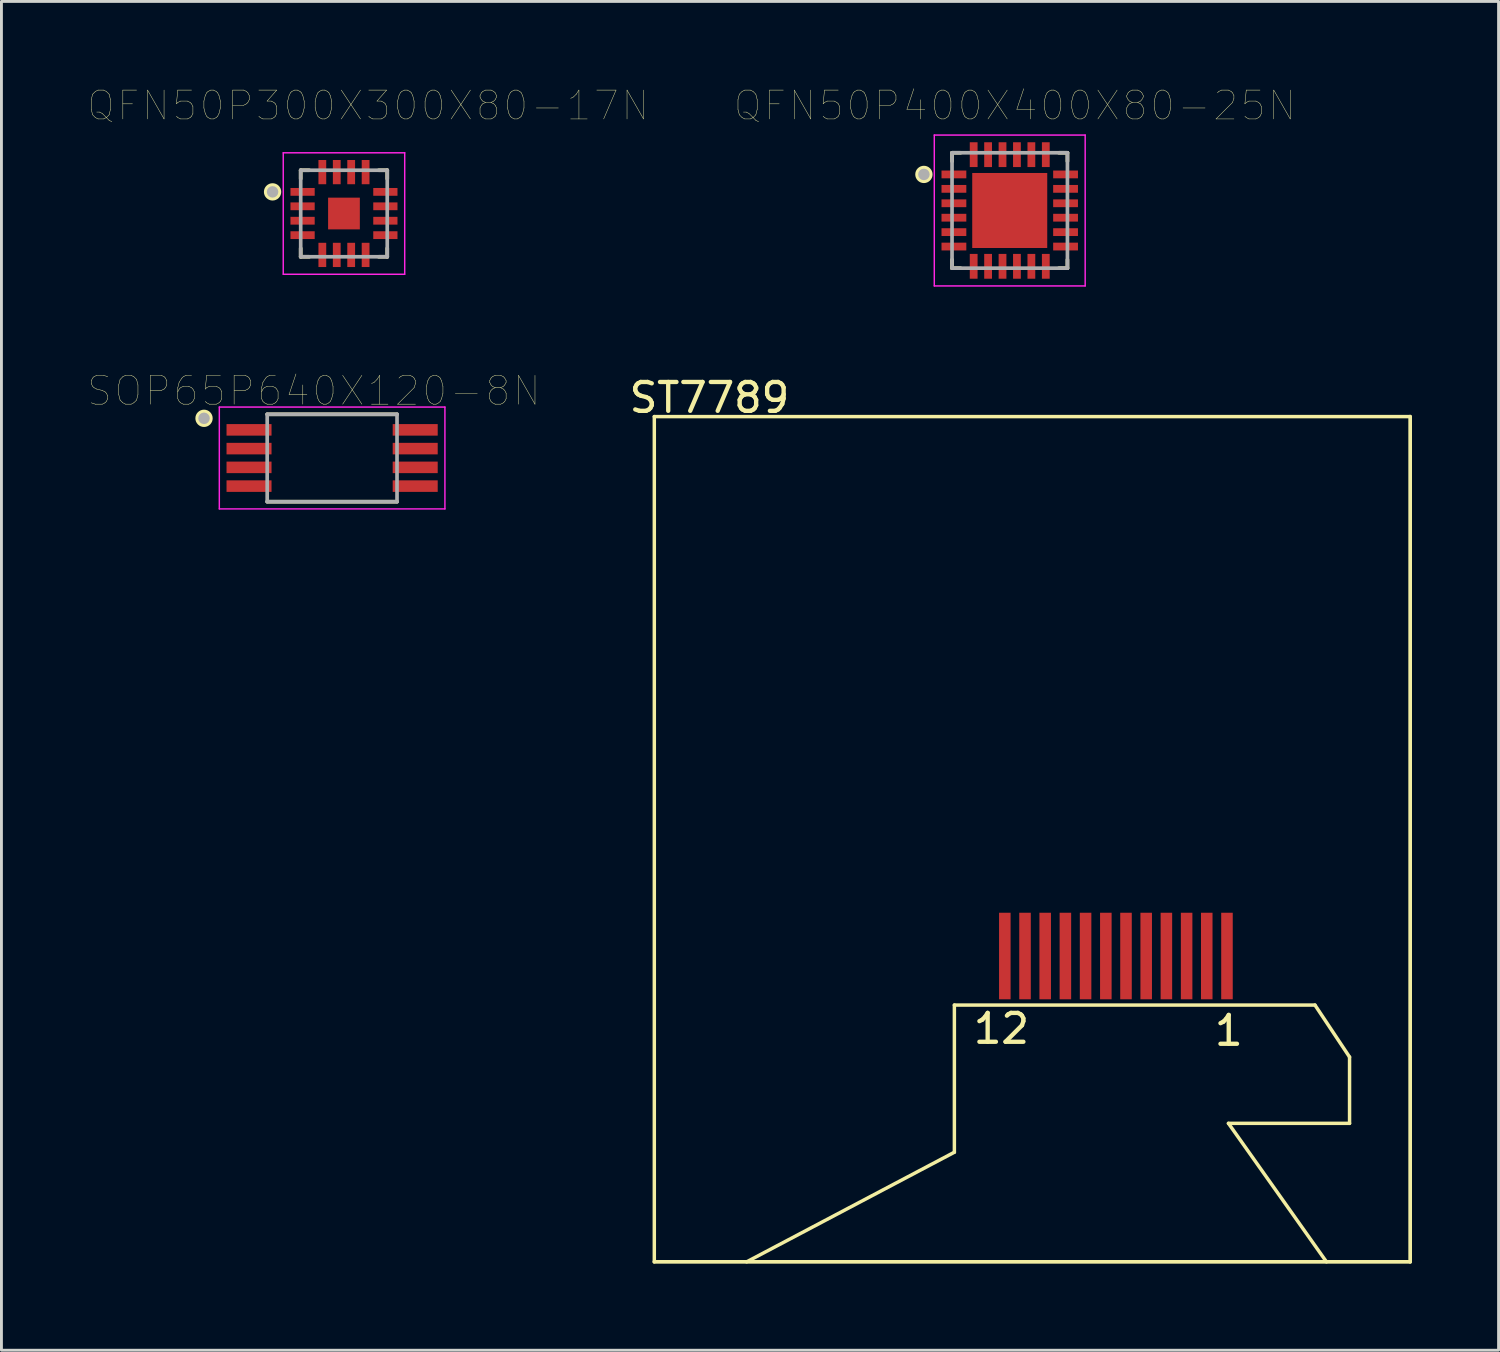
<source format=kicad_pcb>
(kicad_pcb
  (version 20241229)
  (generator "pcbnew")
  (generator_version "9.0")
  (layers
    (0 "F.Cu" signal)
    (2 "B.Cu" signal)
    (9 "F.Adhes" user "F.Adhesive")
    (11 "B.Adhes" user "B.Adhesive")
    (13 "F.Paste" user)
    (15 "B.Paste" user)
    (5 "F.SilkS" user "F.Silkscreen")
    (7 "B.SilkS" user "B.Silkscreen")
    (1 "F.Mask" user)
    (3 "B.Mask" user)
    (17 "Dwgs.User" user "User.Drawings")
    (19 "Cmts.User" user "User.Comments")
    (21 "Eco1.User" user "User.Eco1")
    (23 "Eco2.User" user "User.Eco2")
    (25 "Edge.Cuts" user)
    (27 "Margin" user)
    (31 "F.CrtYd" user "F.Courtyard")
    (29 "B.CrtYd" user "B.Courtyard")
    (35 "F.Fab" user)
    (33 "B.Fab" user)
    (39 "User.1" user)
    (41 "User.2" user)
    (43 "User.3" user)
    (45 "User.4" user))
  (footprint "SOP65P640X120-8N"
    (layer "F.Cu")
    (at 8.462 12.825)
    (property "Reference" "SOP65P640X120-8N" (at -0.635 -2.327 0) (layer "F.SilkS") (effects (font (size 1 1) (thickness 0.015))))
    (attr through_hole)
    (fp_line (start -2.25 -1.515) (end 2.25 -1.515) (stroke (width 0.127) (type solid)) (layer "F.SilkS"))
    (fp_line (start -2.25 1.515) (end 2.25 1.515) (stroke (width 0.127) (type solid)) (layer "F.SilkS"))
    (fp_circle (center -4.44 -1.375) (end -4.24 -1.375) (stroke (width 0.2) (type solid)) (fill no) (layer "F.SilkS"))
    (fp_line (start -3.91 -1.765) (end -3.91 1.765) (stroke (width 0.05) (type solid)) (layer "F.CrtYd"))
    (fp_line (start -3.91 -1.765) (end 3.91 -1.765) (stroke (width 0.05) (type solid)) (layer "F.CrtYd"))
    (fp_line (start -3.91 1.765) (end 3.91 1.765) (stroke (width 0.05) (type solid)) (layer "F.CrtYd"))
    (fp_line (start 3.91 -1.765) (end 3.91 1.765) (stroke (width 0.05) (type solid)) (layer "F.CrtYd"))
    (fp_line (start -2.25 -1.515) (end -2.25 1.515) (stroke (width 0.127) (type solid)) (layer "F.Fab"))
    (fp_line (start -2.25 -1.515) (end 2.25 -1.515) (stroke (width 0.127) (type solid)) (layer "F.Fab"))
    (fp_line (start -2.25 1.515) (end 2.25 1.515) (stroke (width 0.127) (type solid)) (layer "F.Fab"))
    (fp_line (start 2.25 -1.515) (end 2.25 1.515) (stroke (width 0.127) (type solid)) (layer "F.Fab"))
    (fp_circle (center -4.44 -1.375) (end -4.34 -1.375) (stroke (width 0.2) (type solid)) (fill no) (layer "F.Fab"))
    (pad "1" smd rect (at -2.88 -0.975) (size 1.56 0.4) (layers "F.Cu" "F.Mask" "F.Paste"))
    (pad "2" smd rect (at -2.88 -0.325) (size 1.56 0.4) (layers "F.Cu" "F.Mask" "F.Paste"))
    (pad "3" smd rect (at -2.88 0.325) (size 1.56 0.4) (layers "F.Cu" "F.Mask" "F.Paste"))
    (pad "4" smd rect (at -2.88 0.975) (size 1.56 0.4) (layers "F.Cu" "F.Mask" "F.Paste"))
    (pad "5" smd rect (at 2.88 0.975) (size 1.56 0.4) (layers "F.Cu" "F.Mask" "F.Paste"))
    (pad "6" smd rect (at 2.88 0.325) (size 1.56 0.4) (layers "F.Cu" "F.Mask" "F.Paste"))
    (pad "7" smd rect (at 2.88 -0.325) (size 1.56 0.4) (layers "F.Cu" "F.Mask" "F.Paste"))
    (pad "8" smd rect (at 2.88 -0.975) (size 1.56 0.4) (layers "F.Cu" "F.Mask" "F.Paste")))
  (footprint "QFN50P300X300X80-17N"
    (layer "F.Cu")
    (at 8.873 4.351)
    (property "Reference" "QFN50P300X300X80-17N" (at 0.835 -3.74 0) (layer "F.SilkS") (effects (font (size 1 1) (thickness 0.015))))
    (attr through_hole)
    (fp_line (start -1.5 -1.5) (end -1.5 -1.205) (stroke (width 0.127) (type solid)) (layer "F.SilkS"))
    (fp_line (start -1.5 -1.5) (end -1.205 -1.5) (stroke (width 0.127) (type solid)) (layer "F.SilkS"))
    (fp_line (start -1.5 1.5) (end -1.5 1.205) (stroke (width 0.127) (type solid)) (layer "F.SilkS"))
    (fp_line (start -1.5 1.5) (end -1.205 1.5) (stroke (width 0.127) (type solid)) (layer "F.SilkS"))
    (fp_line (start 1.5 -1.5) (end 1.205 -1.5) (stroke (width 0.127) (type solid)) (layer "F.SilkS"))
    (fp_line (start 1.5 -1.5) (end 1.5 -1.205) (stroke (width 0.127) (type solid)) (layer "F.SilkS"))
    (fp_line (start 1.5 1.5) (end 1.205 1.5) (stroke (width 0.127) (type solid)) (layer "F.SilkS"))
    (fp_line (start 1.5 1.5) (end 1.5 1.205) (stroke (width 0.127) (type solid)) (layer "F.SilkS"))
    (fp_circle (center -2.475 -0.75) (end -2.275 -0.75) (stroke (width 0.2) (type solid)) (fill no) (layer "F.SilkS"))
    (fp_poly (pts (xy -0.35 -0.35) (xy 0.35 -0.35) (xy 0.35 0.35) (xy -0.35 0.35)) (stroke (width 0.01) (type solid)) (fill yes) (layer "F.Paste"))
    (fp_line (start -2.105 -2.105) (end 2.105 -2.105) (stroke (width 0.05) (type solid)) (layer "F.CrtYd"))
    (fp_line (start -2.105 2.105) (end -2.105 -2.105) (stroke (width 0.05) (type solid)) (layer "F.CrtYd"))
    (fp_line (start -2.105 2.105) (end 2.105 2.105) (stroke (width 0.05) (type solid)) (layer "F.CrtYd"))
    (fp_line (start 2.105 2.105) (end 2.105 -2.105) (stroke (width 0.05) (type solid)) (layer "F.CrtYd"))
    (fp_line (start -1.5 1.5) (end -1.5 -1.5) (stroke (width 0.127) (type solid)) (layer "F.Fab"))
    (fp_line (start 1.5 -1.5) (end -1.5 -1.5) (stroke (width 0.127) (type solid)) (layer "F.Fab"))
    (fp_line (start 1.5 1.5) (end -1.5 1.5) (stroke (width 0.127) (type solid)) (layer "F.Fab"))
    (fp_line (start 1.5 1.5) (end 1.5 -1.5) (stroke (width 0.127) (type solid)) (layer "F.Fab"))
    (fp_circle (center -2.475 -0.75) (end -2.375 -0.75) (stroke (width 0.2) (type solid)) (fill no) (layer "F.Fab"))
    (pad "1" smd rect (at -1.435 -0.75) (size 0.84 0.27) (layers "F.Cu" "F.Mask" "F.Paste"))
    (pad "2" smd rect (at -1.435 -0.25) (size 0.84 0.27) (layers "F.Cu" "F.Mask" "F.Paste"))
    (pad "3" smd rect (at -1.435 0.25) (size 0.84 0.27) (layers "F.Cu" "F.Mask" "F.Paste"))
    (pad "4" smd rect (at -1.435 0.75) (size 0.84 0.27) (layers "F.Cu" "F.Mask" "F.Paste"))
    (pad "5" smd rect (at -0.75 1.435) (size 0.27 0.84) (layers "F.Cu" "F.Mask" "F.Paste"))
    (pad "6" smd rect (at -0.25 1.435) (size 0.27 0.84) (layers "F.Cu" "F.Mask" "F.Paste"))
    (pad "7" smd rect (at 0.25 1.435) (size 0.27 0.84) (layers "F.Cu" "F.Mask" "F.Paste"))
    (pad "8" smd rect (at 0.75 1.435) (size 0.27 0.84) (layers "F.Cu" "F.Mask" "F.Paste"))
    (pad "9" smd rect (at 1.435 0.75) (size 0.84 0.27) (layers "F.Cu" "F.Mask" "F.Paste"))
    (pad "10" smd rect (at 1.435 0.25) (size 0.84 0.27) (layers "F.Cu" "F.Mask" "F.Paste"))
    (pad "11" smd rect (at 1.435 -0.25) (size 0.84 0.27) (layers "F.Cu" "F.Mask" "F.Paste"))
    (pad "12" smd rect (at 1.435 -0.75) (size 0.84 0.27) (layers "F.Cu" "F.Mask" "F.Paste"))
    (pad "13" smd rect (at 0.75 -1.435) (size 0.27 0.84) (layers "F.Cu" "F.Mask" "F.Paste"))
    (pad "14" smd rect (at 0.25 -1.435) (size 0.27 0.84) (layers "F.Cu" "F.Mask" "F.Paste"))
    (pad "15" smd rect (at -0.25 -1.435) (size 0.27 0.84) (layers "F.Cu" "F.Mask" "F.Paste"))
    (pad "16" smd rect (at -0.75 -1.435) (size 0.27 0.84) (layers "F.Cu" "F.Mask" "F.Paste"))
    (pad "17" smd rect (at 0 0) (size 1.1 1.1) (layers "F.Cu" "F.Mask")))
  (footprint "ST7789"
    (layer "F.Cu")
    (at 32.961 26.225)
    (property "Reference" "ST7789" (at -11.42 -15.49 0) (layer "F.SilkS") (effects (font (size 1 1) (thickness 0.15))))
    (attr through_hole)
    (fp_line (start -13.331 -14.835) (end -13.331 14.464) (stroke (width 0.12) (type solid)) (layer "F.SilkS"))
    (fp_line (start -13.331 -14.835) (end 12.869 -14.835) (stroke (width 0.12) (type solid)) (layer "F.SilkS"))
    (fp_line (start -2.93 5.563) (end 9.569 5.563) (stroke (width 0.12) (type solid)) (layer "F.SilkS"))
    (fp_line (start -2.93 10.664) (end -10.131 14.464) (stroke (width 0.12) (type solid)) (layer "F.SilkS"))
    (fp_line (start -2.93 10.664) (end -2.93 5.563) (stroke (width 0.12) (type solid)) (layer "F.SilkS"))
    (fp_line (start 6.57 9.663) (end 9.968 14.464) (stroke (width 0.12) (type solid)) (layer "F.SilkS"))
    (fp_line (start 9.569 5.563) (end 10.768 7.364) (stroke (width 0.12) (type solid)) (layer "F.SilkS"))
    (fp_line (start 10.768 7.364) (end 10.768 9.663) (stroke (width 0.12) (type solid)) (layer "F.SilkS"))
    (fp_line (start 10.768 9.663) (end 6.57 9.663) (stroke (width 0.12) (type solid)) (layer "F.SilkS"))
    (fp_line (start 12.869 -14.835) (end 12.869 14.464) (stroke (width 0.127) (type solid)) (layer "F.SilkS"))
    (fp_line (start 12.869 14.464) (end -13.331 14.464) (stroke (width 0.127) (type solid)) (layer "F.SilkS"))
    (fp_text user "1" (at 6.58 6.45 0) (layer "F.SilkS") (effects (font (size 1 1) (thickness 0.15))))
    (fp_text user "12" (at -1.3 6.38 0) (layer "F.SilkS") (effects (font (size 1 1) (thickness 0.15))))
    (pad "1" smd rect (at 6.519 3.863) (size 0.4 3) (layers "F.Cu" "F.Mask" "F.Paste"))
    (pad "2" smd rect (at 5.818 3.863) (size 0.4 3) (layers "F.Cu" "F.Mask" "F.Paste"))
    (pad "3" smd rect (at 5.12 3.863) (size 0.4 3) (layers "F.Cu" "F.Mask" "F.Paste"))
    (pad "4" smd rect (at 4.419 3.863) (size 0.4 3) (layers "F.Cu" "F.Mask" "F.Paste"))
    (pad "5" smd rect (at 3.719 3.863) (size 0.4 3) (layers "F.Cu" "F.Mask" "F.Paste"))
    (pad "6" smd rect (at 3.019 3.863) (size 0.4 3) (layers "F.Cu" "F.Mask" "F.Paste"))
    (pad "7" smd rect (at 2.32 3.863) (size 0.4 3) (layers "F.Cu" "F.Mask" "F.Paste"))
    (pad "8" smd rect (at 1.618 3.863) (size 0.4 3) (layers "F.Cu" "F.Mask" "F.Paste"))
    (pad "9" smd rect (at 0.918 3.863) (size 0.4 3) (layers "F.Cu" "F.Mask" "F.Paste"))
    (pad "10" smd rect (at 0.218 3.863) (size 0.4 3) (layers "F.Cu" "F.Mask" "F.Paste"))
    (pad "11" smd rect (at -0.481 3.863) (size 0.4 3) (layers "F.Cu" "F.Mask" "F.Paste"))
    (pad "12" smd rect (at -1.181 3.863) (size 0.4 3) (layers "F.Cu" "F.Mask" "F.Paste")))
  (footprint "QFN50P400X400X80-25N"
    (layer "F.Cu")
    (at 31.95 4.246)
    (property "Reference" "QFN50P400X400X80-25N" (at 0.175 -3.635 0) (layer "F.SilkS") (effects (font (size 1 1) (thickness 0.015))))
    (attr through_hole)
    (fp_line (start -2 -2) (end -2 -1.705) (stroke (width 0.127) (type solid)) (layer "F.SilkS"))
    (fp_line (start -2 -2) (end -1.705 -2) (stroke (width 0.127) (type solid)) (layer "F.SilkS"))
    (fp_line (start -2 2) (end -2 1.705) (stroke (width 0.127) (type solid)) (layer "F.SilkS"))
    (fp_line (start -2 2) (end -1.705 2) (stroke (width 0.127) (type solid)) (layer "F.SilkS"))
    (fp_line (start 2 -2) (end 1.705 -2) (stroke (width 0.127) (type solid)) (layer "F.SilkS"))
    (fp_line (start 2 -2) (end 2 -1.705) (stroke (width 0.127) (type solid)) (layer "F.SilkS"))
    (fp_line (start 2 2) (end 1.705 2) (stroke (width 0.127) (type solid)) (layer "F.SilkS"))
    (fp_line (start 2 2) (end 2 1.705) (stroke (width 0.127) (type solid)) (layer "F.SilkS"))
    (fp_circle (center -2.975 -1.25) (end -2.775 -1.25) (stroke (width 0.2) (type solid)) (fill no) (layer "F.SilkS"))
    (fp_poly (pts (xy -0.82 -0.82) (xy 0.82 -0.82) (xy 0.82 0.82) (xy -0.82 0.82)) (stroke (width 0.01) (type solid)) (fill yes) (layer "F.Paste"))
    (fp_line (start -2.615 -2.615) (end 2.615 -2.615) (stroke (width 0.05) (type solid)) (layer "F.CrtYd"))
    (fp_line (start -2.615 2.615) (end -2.615 -2.615) (stroke (width 0.05) (type solid)) (layer "F.CrtYd"))
    (fp_line (start -2.615 2.615) (end 2.615 2.615) (stroke (width 0.05) (type solid)) (layer "F.CrtYd"))
    (fp_line (start 2.615 2.615) (end 2.615 -2.615) (stroke (width 0.05) (type solid)) (layer "F.CrtYd"))
    (fp_line (start -2 2) (end -2 -2) (stroke (width 0.127) (type solid)) (layer "F.Fab"))
    (fp_line (start 2 -2) (end -2 -2) (stroke (width 0.127) (type solid)) (layer "F.Fab"))
    (fp_line (start 2 2) (end -2 2) (stroke (width 0.127) (type solid)) (layer "F.Fab"))
    (fp_line (start 2 2) (end 2 -2) (stroke (width 0.127) (type solid)) (layer "F.Fab"))
    (fp_circle (center -2.975 -1.25) (end -2.875 -1.25) (stroke (width 0.2) (type solid)) (fill no) (layer "F.Fab"))
    (pad "1" smd rect (at -1.935 -1.25) (size 0.86 0.27) (layers "F.Cu" "F.Mask" "F.Paste"))
    (pad "2" smd rect (at -1.935 -0.75) (size 0.86 0.27) (layers "F.Cu" "F.Mask" "F.Paste"))
    (pad "3" smd rect (at -1.935 -0.25) (size 0.86 0.27) (layers "F.Cu" "F.Mask" "F.Paste"))
    (pad "4" smd rect (at -1.935 0.25) (size 0.86 0.27) (layers "F.Cu" "F.Mask" "F.Paste"))
    (pad "5" smd rect (at -1.935 0.75) (size 0.86 0.27) (layers "F.Cu" "F.Mask" "F.Paste"))
    (pad "6" smd rect (at -1.935 1.25) (size 0.86 0.27) (layers "F.Cu" "F.Mask" "F.Paste"))
    (pad "7" smd rect (at -1.25 1.935) (size 0.27 0.86) (layers "F.Cu" "F.Mask" "F.Paste"))
    (pad "8" smd rect (at -0.75 1.935) (size 0.27 0.86) (layers "F.Cu" "F.Mask" "F.Paste"))
    (pad "9" smd rect (at -0.25 1.935) (size 0.27 0.86) (layers "F.Cu" "F.Mask" "F.Paste"))
    (pad "10" smd rect (at 0.25 1.935) (size 0.27 0.86) (layers "F.Cu" "F.Mask" "F.Paste"))
    (pad "11" smd rect (at 0.75 1.935) (size 0.27 0.86) (layers "F.Cu" "F.Mask" "F.Paste"))
    (pad "12" smd rect (at 1.25 1.935) (size 0.27 0.86) (layers "F.Cu" "F.Mask" "F.Paste"))
    (pad "13" smd rect (at 1.935 1.25) (size 0.86 0.27) (layers "F.Cu" "F.Mask" "F.Paste"))
    (pad "14" smd rect (at 1.935 0.75) (size 0.86 0.27) (layers "F.Cu" "F.Mask" "F.Paste"))
    (pad "15" smd rect (at 1.935 0.25) (size 0.86 0.27) (layers "F.Cu" "F.Mask" "F.Paste"))
    (pad "16" smd rect (at 1.935 -0.25) (size 0.86 0.27) (layers "F.Cu" "F.Mask" "F.Paste"))
    (pad "17" smd rect (at 1.935 -0.75) (size 0.86 0.27) (layers "F.Cu" "F.Mask" "F.Paste"))
    (pad "18" smd rect (at 1.935 -1.25) (size 0.86 0.27) (layers "F.Cu" "F.Mask" "F.Paste"))
    (pad "19" smd rect (at 1.25 -1.935) (size 0.27 0.86) (layers "F.Cu" "F.Mask" "F.Paste"))
    (pad "20" smd rect (at 0.75 -1.935) (size 0.27 0.86) (layers "F.Cu" "F.Mask" "F.Paste"))
    (pad "21" smd rect (at 0.25 -1.935) (size 0.27 0.86) (layers "F.Cu" "F.Mask" "F.Paste"))
    (pad "22" smd rect (at -0.25 -1.935) (size 0.27 0.86) (layers "F.Cu" "F.Mask" "F.Paste"))
    (pad "23" smd rect (at -0.75 -1.935) (size 0.27 0.86) (layers "F.Cu" "F.Mask" "F.Paste"))
    (pad "24" smd rect (at -1.25 -1.935) (size 0.27 0.86) (layers "F.Cu" "F.Mask" "F.Paste"))
    (pad "25" smd rect (at 0 0) (size 2.6 2.6) (layers "F.Cu" "F.Mask")))
  (gr_rect
    (start -3 -3)
    (end 48.894 43.752)
    (stroke (width 0.1) (type default))
    (fill no)
    (layer "Edge.Cuts")))
</source>
